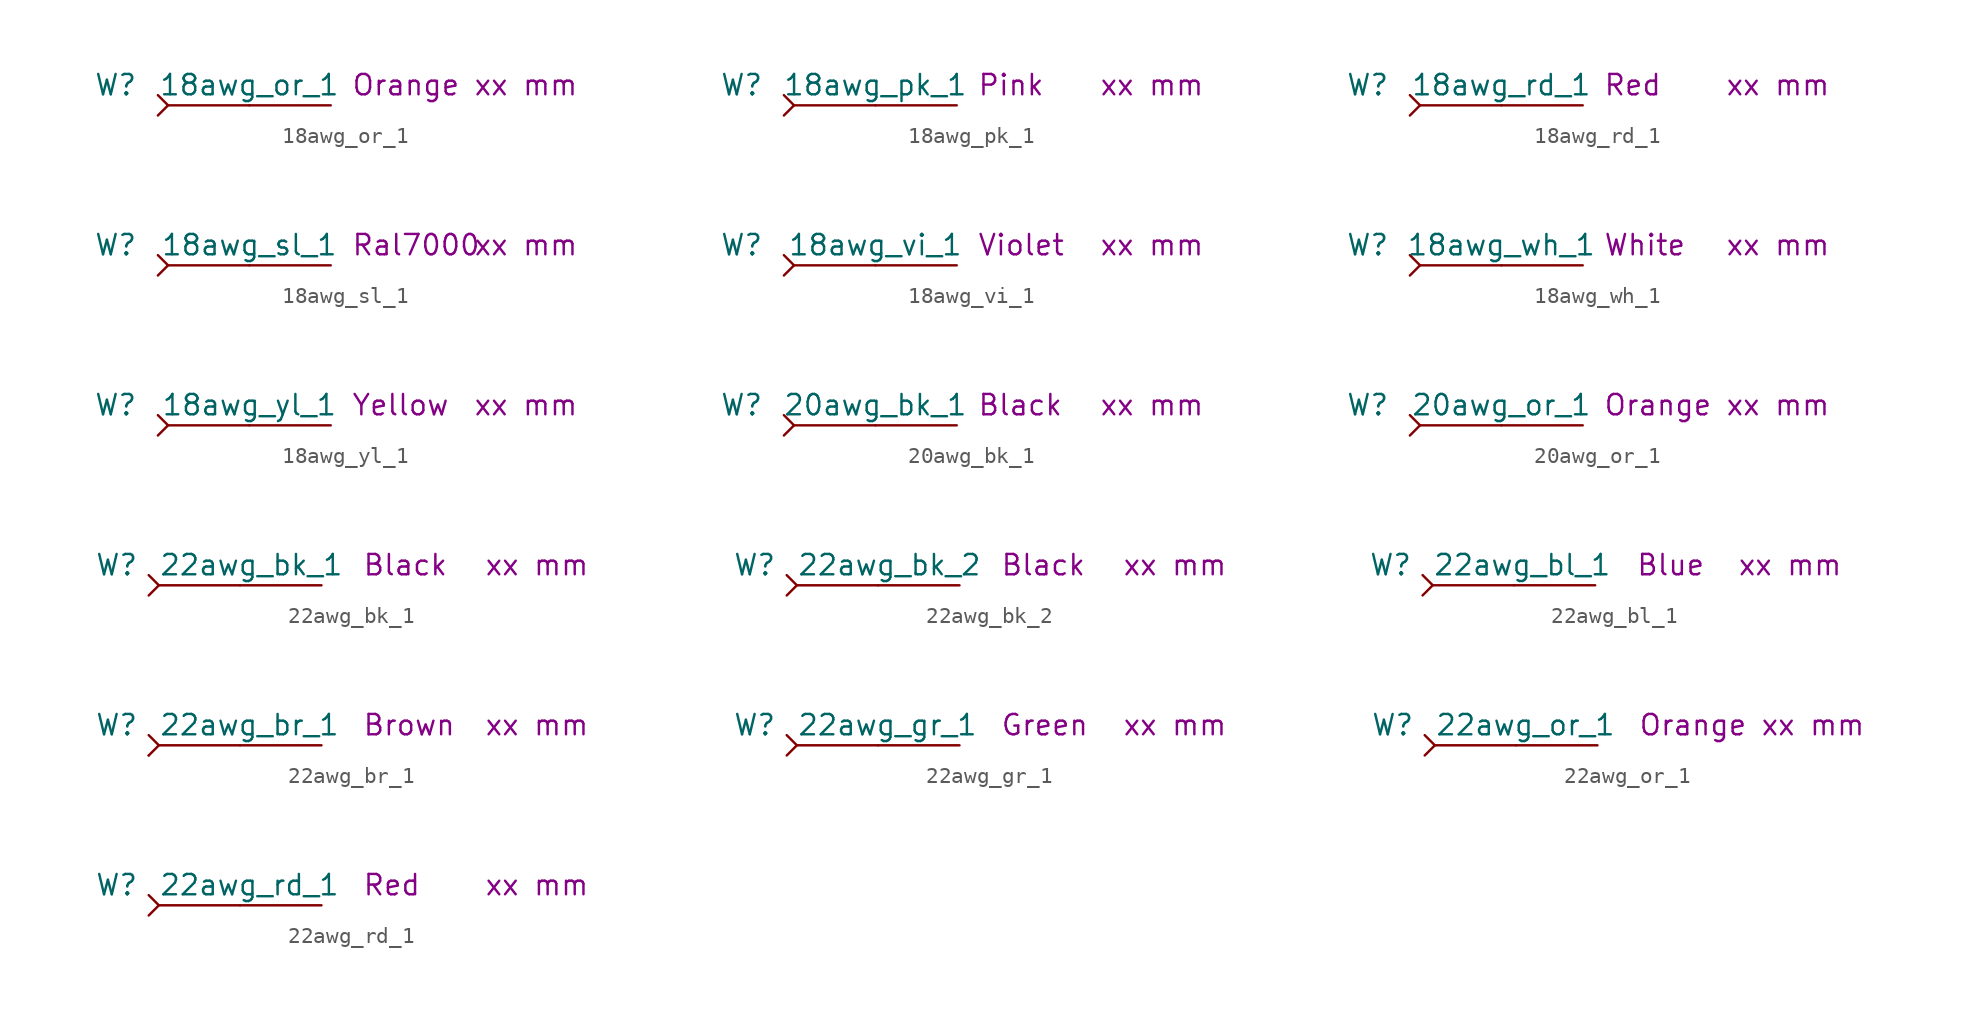
<source format=kicad_sym>
(kicad_symbol_lib
  (version 20211014)
  (generator kicad_symbol_editor)
  (symbol "18awg_or_1"
    (pin_numbers hide)
    (pin_names
      (offset 0) hide)
    (property "Reference" "W"
      (at -6.985 1.27 0)
      (effects (font (size 1.27 1.27)) (justify right)))
    (property "Value" "18awg_or_1"
      (at 0 1.27 0)
      (effects (font (size 1.27 1.27))))
    (property "Color" "Orange"
      (at 6.35 1.27 0)
      (effects (font (size 1.27 1.27)) (justify left)))
    (property "Length" "xx mm"
      (at 13.97 1.27 0)
      (effects (font (size 1.27 1.27)) (justify left)))
    (symbol "18awg_or_1_0_1"
      (polyline (pts (xy -5.715 0.635) (xy -5.08 0) (xy -5.715 -0.635)) (stroke (width 0) (type default) (color 0 0 0 0)) (fill (type none))))
    (symbol "18awg_or_1_1_1"
      (pin bidirectional line (at -5.08 0 0) (length 5.08) (name "X" (effects (font (size 1.27 1.27)))) (number "1" (effects (font (size 1.27 1.27)))))
      (pin bidirectional line (at 5.08 0 180) (length 5.08) (name "Y" (effects (font (size 1.27 1.27)))) (number "2" (effects (font (size 1.27 1.27)))))))
  (symbol "18awg_pk_1"
    (pin_numbers hide)
    (pin_names
      (offset 0) hide)
    (property "Reference" "W"
      (at -6.985 1.27 0)
      (effects (font (size 1.27 1.27)) (justify right)))
    (property "Value" "18awg_pk_1"
      (at 0 1.27 0)
      (effects (font (size 1.27 1.27))))
    (property "Color" "Pink"
      (at 6.35 1.27 0)
      (effects (font (size 1.27 1.27)) (justify left)))
    (property "Length" "xx mm"
      (at 13.97 1.27 0)
      (effects (font (size 1.27 1.27)) (justify left)))
    (symbol "18awg_pk_1_0_1"
      (polyline (pts (xy -5.715 0.635) (xy -5.08 0) (xy -5.715 -0.635)) (stroke (width 0) (type default) (color 0 0 0 0)) (fill (type none))))
    (symbol "18awg_pk_1_1_1"
      (pin bidirectional line (at -5.08 0 0) (length 5.08) (name "X" (effects (font (size 1.27 1.27)))) (number "1" (effects (font (size 1.27 1.27)))))
      (pin bidirectional line (at 5.08 0 180) (length 5.08) (name "Y" (effects (font (size 1.27 1.27)))) (number "2" (effects (font (size 1.27 1.27)))))))
  (symbol "18awg_rd_1"
    (pin_numbers hide)
    (pin_names
      (offset 0) hide)
    (property "Reference" "W"
      (at -6.985 1.27 0)
      (effects (font (size 1.27 1.27)) (justify right)))
    (property "Value" "18awg_rd_1"
      (at 0 1.27 0)
      (effects (font (size 1.27 1.27))))
    (property "Color" "Red"
      (at 6.35 1.27 0)
      (effects (font (size 1.27 1.27)) (justify left)))
    (property "Length" "xx mm"
      (at 13.97 1.27 0)
      (effects (font (size 1.27 1.27)) (justify left)))
    (symbol "18awg_rd_1_0_1"
      (polyline (pts (xy -5.715 0.635) (xy -5.08 0) (xy -5.715 -0.635)) (stroke (width 0) (type default) (color 0 0 0 0)) (fill (type none))))
    (symbol "18awg_rd_1_1_1"
      (pin bidirectional line (at -5.08 0 0) (length 5.08) (name "X" (effects (font (size 1.27 1.27)))) (number "1" (effects (font (size 1.27 1.27)))))
      (pin bidirectional line (at 5.08 0 180) (length 5.08) (name "Y" (effects (font (size 1.27 1.27)))) (number "2" (effects (font (size 1.27 1.27)))))))
  (symbol "18awg_sl_1"
    (pin_numbers hide)
    (pin_names
      (offset 0) hide)
    (property "Reference" "W"
      (at -6.985 1.27 0)
      (effects (font (size 1.27 1.27)) (justify right)))
    (property "Value" "18awg_sl_1"
      (at 0 1.27 0)
      (effects (font (size 1.27 1.27))))
    (property "Color" "Ral7000"
      (at 6.35 1.27 0)
      (effects (font (size 1.27 1.27)) (justify left)))
    (property "Length" "xx mm"
      (at 13.97 1.27 0)
      (effects (font (size 1.27 1.27)) (justify left)))
    (symbol "18awg_sl_1_0_1"
      (polyline (pts (xy -5.715 0.635) (xy -5.08 0) (xy -5.715 -0.635)) (stroke (width 0) (type default) (color 0 0 0 0)) (fill (type none))))
    (symbol "18awg_sl_1_1_1"
      (pin bidirectional line (at -5.08 0 0) (length 5.08) (name "X" (effects (font (size 1.27 1.27)))) (number "1" (effects (font (size 1.27 1.27)))))
      (pin bidirectional line (at 5.08 0 180) (length 5.08) (name "Y" (effects (font (size 1.27 1.27)))) (number "2" (effects (font (size 1.27 1.27)))))))
  (symbol "18awg_vi_1"
    (pin_numbers hide)
    (pin_names
      (offset 0) hide)
    (property "Reference" "W"
      (at -6.985 1.27 0)
      (effects (font (size 1.27 1.27)) (justify right)))
    (property "Value" "18awg_vi_1"
      (at 0 1.27 0)
      (effects (font (size 1.27 1.27))))
    (property "Color" "Violet"
      (at 6.35 1.27 0)
      (effects (font (size 1.27 1.27)) (justify left)))
    (property "Length" "xx mm"
      (at 13.97 1.27 0)
      (effects (font (size 1.27 1.27)) (justify left)))
    (symbol "18awg_vi_1_0_1"
      (polyline (pts (xy -5.715 0.635) (xy -5.08 0) (xy -5.715 -0.635)) (stroke (width 0) (type default) (color 0 0 0 0)) (fill (type none))))
    (symbol "18awg_vi_1_1_1"
      (pin bidirectional line (at -5.08 0 0) (length 5.08) (name "X" (effects (font (size 1.27 1.27)))) (number "1" (effects (font (size 1.27 1.27)))))
      (pin bidirectional line (at 5.08 0 180) (length 5.08) (name "Y" (effects (font (size 1.27 1.27)))) (number "2" (effects (font (size 1.27 1.27)))))))
  (symbol "18awg_wh_1"
    (pin_numbers hide)
    (pin_names
      (offset 0) hide)
    (property "Reference" "W"
      (at -6.985 1.27 0)
      (effects (font (size 1.27 1.27)) (justify right)))
    (property "Value" "18awg_wh_1"
      (at 0 1.27 0)
      (effects (font (size 1.27 1.27))))
    (property "Color" "White"
      (at 6.35 1.27 0)
      (effects (font (size 1.27 1.27)) (justify left)))
    (property "Length" "xx mm"
      (at 13.97 1.27 0)
      (effects (font (size 1.27 1.27)) (justify left)))
    (symbol "18awg_wh_1_0_1"
      (polyline (pts (xy -5.715 0.635) (xy -5.08 0) (xy -5.715 -0.635)) (stroke (width 0) (type default) (color 0 0 0 0)) (fill (type none))))
    (symbol "18awg_wh_1_1_1"
      (pin bidirectional line (at -5.08 0 0) (length 5.08) (name "X" (effects (font (size 1.27 1.27)))) (number "1" (effects (font (size 1.27 1.27)))))
      (pin bidirectional line (at 5.08 0 180) (length 5.08) (name "Y" (effects (font (size 1.27 1.27)))) (number "2" (effects (font (size 1.27 1.27)))))))
  (symbol "18awg_yl_1"
    (pin_numbers hide)
    (pin_names
      (offset 0) hide)
    (property "Reference" "W"
      (at -6.985 1.27 0)
      (effects (font (size 1.27 1.27)) (justify right)))
    (property "Value" "18awg_yl_1"
      (at 0 1.27 0)
      (effects (font (size 1.27 1.27))))
    (property "Color" "Yellow"
      (at 6.35 1.27 0)
      (effects (font (size 1.27 1.27)) (justify left)))
    (property "Length" "xx mm"
      (at 13.97 1.27 0)
      (effects (font (size 1.27 1.27)) (justify left)))
    (symbol "18awg_yl_1_0_1"
      (polyline (pts (xy -5.715 0.635) (xy -5.08 0) (xy -5.715 -0.635)) (stroke (width 0) (type default) (color 0 0 0 0)) (fill (type none))))
    (symbol "18awg_yl_1_1_1"
      (pin bidirectional line (at -5.08 0 0) (length 5.08) (name "X" (effects (font (size 1.27 1.27)))) (number "1" (effects (font (size 1.27 1.27)))))
      (pin bidirectional line (at 5.08 0 180) (length 5.08) (name "Y" (effects (font (size 1.27 1.27)))) (number "2" (effects (font (size 1.27 1.27)))))))
  (symbol "20awg_bk_1"
    (pin_numbers hide)
    (pin_names
      (offset 0) hide)
    (property "Reference" "W"
      (at -6.985 1.27 0)
      (effects (font (size 1.27 1.27)) (justify right)))
    (property "Value" "20awg_bk_1"
      (at 0 1.27 0)
      (effects (font (size 1.27 1.27))))
    (property "Color" "Black"
      (at 6.35 1.27 0)
      (effects (font (size 1.27 1.27)) (justify left)))
    (property "Length" "xx mm"
      (at 13.97 1.27 0)
      (effects (font (size 1.27 1.27)) (justify left)))
    (symbol "20awg_bk_1_0_1"
      (polyline (pts (xy -5.715 0.635) (xy -5.08 0) (xy -5.715 -0.635)) (stroke (width 0) (type default) (color 0 0 0 0)) (fill (type none))))
    (symbol "20awg_bk_1_1_1"
      (pin bidirectional line (at -5.08 0 0) (length 5.08) (name "X" (effects (font (size 1.27 1.27)))) (number "1" (effects (font (size 1.27 1.27)))))
      (pin bidirectional line (at 5.08 0 180) (length 5.08) (name "Y" (effects (font (size 1.27 1.27)))) (number "2" (effects (font (size 1.27 1.27)))))))
  (symbol "20awg_or_1"
    (pin_numbers hide)
    (pin_names
      (offset 0) hide)
    (property "Reference" "W"
      (at -6.985 1.27 0)
      (effects (font (size 1.27 1.27)) (justify right)))
    (property "Value" "20awg_or_1"
      (at 0 1.27 0)
      (effects (font (size 1.27 1.27))))
    (property "Color" "Orange"
      (at 6.35 1.27 0)
      (effects (font (size 1.27 1.27)) (justify left)))
    (property "Length" "xx mm"
      (at 13.97 1.27 0)
      (effects (font (size 1.27 1.27)) (justify left)))
    (symbol "20awg_or_1_0_1"
      (polyline (pts (xy -5.715 0.635) (xy -5.08 0) (xy -5.715 -0.635)) (stroke (width 0) (type default) (color 0 0 0 0)) (fill (type none))))
    (symbol "20awg_or_1_1_1"
      (pin bidirectional line (at -5.08 0 0) (length 5.08) (name "X" (effects (font (size 1.27 1.27)))) (number "1" (effects (font (size 1.27 1.27)))))
      (pin bidirectional line (at 5.08 0 180) (length 5.08) (name "Y" (effects (font (size 1.27 1.27)))) (number "2" (effects (font (size 1.27 1.27)))))))
  (symbol "22awg_bk_1"
    (pin_numbers hide)
    (pin_names
      (offset 0) hide)
    (property "Reference" "W"
      (at -6.35 1.27 0)
      (effects (font (size 1.27 1.27)) (justify right)))
    (property "Value" "22awg_bk_1"
      (at -5.08 1.27 0)
      (effects (font (size 1.27 1.27)) (justify left)))
    (property "Color" "Black"
      (at 7.62 1.27 0)
      (effects (font (size 1.27 1.27)) (justify left)))
    (property "Length" "xx mm"
      (at 15.24 1.27 0)
      (effects (font (size 1.27 1.27)) (justify left)))
    (symbol "22awg_bk_1_0_1"
      (polyline (pts (xy -5.715 0.635) (xy -5.08 0) (xy -5.715 -0.635)) (stroke (width 0) (type default) (color 0 0 0 0)) (fill (type none))))
    (symbol "22awg_bk_1_1_1"
      (pin bidirectional line (at -5.08 0 0) (length 5.08) (name "X" (effects (font (size 1.27 1.27)))) (number "1" (effects (font (size 1.27 1.27)))))
      (pin bidirectional line (at 5.08 0 180) (length 5.08) (name "Y" (effects (font (size 1.27 1.27)))) (number "2" (effects (font (size 1.27 1.27)))))))
  (symbol "22awg_bk_2"
    (pin_numbers hide)
    (pin_names
      (offset 0) hide)
    (property "Reference" "W"
      (at -6.35 1.27 0)
      (effects (font (size 1.27 1.27)) (justify right)))
    (property "Value" "22awg_bk_2"
      (at -5.08 1.27 0)
      (effects (font (size 1.27 1.27)) (justify left)))
    (property "Color" "Black"
      (at 7.62 1.27 0)
      (effects (font (size 1.27 1.27)) (justify left)))
    (property "Length" "xx mm"
      (at 15.24 1.27 0)
      (effects (font (size 1.27 1.27)) (justify left)))
    (symbol "22awg_bk_2_0_1"
      (polyline (pts (xy -5.715 0.635) (xy -5.08 0) (xy -5.715 -0.635)) (stroke (width 0) (type default) (color 0 0 0 0)) (fill (type none))))
    (symbol "22awg_bk_2_1_1"
      (pin bidirectional line (at -5.08 0 0) (length 5.08) (name "X" (effects (font (size 1.27 1.27)))) (number "1" (effects (font (size 1.27 1.27)))))
      (pin bidirectional line (at 5.08 0 180) (length 5.08) (name "Y" (effects (font (size 1.27 1.27)))) (number "2" (effects (font (size 1.27 1.27)))))))
  (symbol "22awg_bl_1"
    (pin_numbers hide)
    (pin_names
      (offset 0) hide)
    (property "Reference" "W"
      (at -6.35 1.27 0)
      (effects (font (size 1.27 1.27)) (justify right)))
    (property "Value" "22awg_bl_1"
      (at -5.08 1.27 0)
      (effects (font (size 1.27 1.27)) (justify left)))
    (property "Color" "Blue"
      (at 7.62 1.27 0)
      (effects (font (size 1.27 1.27)) (justify left)))
    (property "Length" "xx mm"
      (at 13.97 1.27 0)
      (effects (font (size 1.27 1.27)) (justify left)))
    (symbol "22awg_bl_1_0_1"
      (polyline (pts (xy -5.715 0.635) (xy -5.08 0) (xy -5.715 -0.635)) (stroke (width 0) (type default) (color 0 0 0 0)) (fill (type none))))
    (symbol "22awg_bl_1_1_1"
      (pin bidirectional line (at -5.08 0 0) (length 5.08) (name "X" (effects (font (size 1.27 1.27)))) (number "1" (effects (font (size 1.27 1.27)))))
      (pin bidirectional line (at 5.08 0 180) (length 5.08) (name "Y" (effects (font (size 1.27 1.27)))) (number "2" (effects (font (size 1.27 1.27)))))))
  (symbol "22awg_br_1"
    (pin_numbers hide)
    (pin_names
      (offset 0) hide)
    (property "Reference" "W"
      (at -6.35 1.27 0)
      (effects (font (size 1.27 1.27)) (justify right)))
    (property "Value" "22awg_br_1"
      (at -5.08 1.27 0)
      (effects (font (size 1.27 1.27)) (justify left)))
    (property "Color" "Brown"
      (at 7.62 1.27 0)
      (effects (font (size 1.27 1.27)) (justify left)))
    (property "Length" "xx mm"
      (at 15.24 1.27 0)
      (effects (font (size 1.27 1.27)) (justify left)))
    (symbol "22awg_br_1_0_1"
      (polyline (pts (xy -5.715 -0.635) (xy -5.715 -0.635)) (stroke (width 0) (type default) (color 0 0 0 0)) (fill (type none)))
      (polyline (pts (xy -5.715 0.635) (xy -5.08 0) (xy -5.715 -0.635)) (stroke (width 0) (type default) (color 0 0 0 0)) (fill (type none))))
    (symbol "22awg_br_1_1_1"
      (pin bidirectional line (at -5.08 0 0) (length 5.08) (name "X" (effects (font (size 1.27 1.27)))) (number "1" (effects (font (size 1.27 1.27)))))
      (pin bidirectional line (at 5.08 0 180) (length 5.08) (name "Y" (effects (font (size 1.27 1.27)))) (number "2" (effects (font (size 1.27 1.27)))))))
  (symbol "22awg_gr_1"
    (pin_numbers hide)
    (pin_names
      (offset 0) hide)
    (property "Reference" "W"
      (at -6.35 1.27 0)
      (effects (font (size 1.27 1.27)) (justify right)))
    (property "Value" "22awg_gr_1"
      (at -5.08 1.27 0)
      (effects (font (size 1.27 1.27)) (justify left)))
    (property "Color" "Green"
      (at 7.62 1.27 0)
      (effects (font (size 1.27 1.27)) (justify left)))
    (property "Length" "xx mm"
      (at 15.24 1.27 0)
      (effects (font (size 1.27 1.27)) (justify left)))
    (symbol "22awg_gr_1_0_1"
      (polyline (pts (xy -5.715 0.635) (xy -5.08 0) (xy -5.715 -0.635)) (stroke (width 0) (type default) (color 0 0 0 0)) (fill (type none))))
    (symbol "22awg_gr_1_1_1"
      (pin bidirectional line (at -5.08 0 0) (length 5.08) (name "X" (effects (font (size 1.27 1.27)))) (number "1" (effects (font (size 1.27 1.27)))))
      (pin bidirectional line (at 5.08 0 180) (length 5.08) (name "Y" (effects (font (size 1.27 1.27)))) (number "2" (effects (font (size 1.27 1.27)))))))
  (symbol "22awg_or_1"
    (pin_numbers hide)
    (pin_names
      (offset 0) hide)
    (property "Reference" "W"
      (at -6.35 1.27 0)
      (effects (font (size 1.27 1.27)) (justify right)))
    (property "Value" "22awg_or_1"
      (at -5.08 1.27 0)
      (effects (font (size 1.27 1.27)) (justify left)))
    (property "Color" "Orange"
      (at 7.62 1.27 0)
      (effects (font (size 1.27 1.27)) (justify left)))
    (property "Length" "xx mm"
      (at 15.24 1.27 0)
      (effects (font (size 1.27 1.27)) (justify left)))
    (symbol "22awg_or_1_0_1"
      (polyline (pts (xy -5.715 0.635) (xy -5.08 0) (xy -5.715 -0.635)) (stroke (width 0) (type default) (color 0 0 0 0)) (fill (type none))))
    (symbol "22awg_or_1_1_1"
      (pin bidirectional line (at -5.08 0 0) (length 5.08) (name "X" (effects (font (size 1.27 1.27)))) (number "1" (effects (font (size 1.27 1.27)))))
      (pin bidirectional line (at 5.08 0 180) (length 5.08) (name "Y" (effects (font (size 1.27 1.27)))) (number "2" (effects (font (size 1.27 1.27)))))))
  (symbol "22awg_rd_1"
    (pin_numbers hide)
    (pin_names
      (offset 0) hide)
    (property "Reference" "W"
      (at -6.35 1.27 0)
      (effects (font (size 1.27 1.27)) (justify right)))
    (property "Value" "22awg_rd_1"
      (at -5.08 1.27 0)
      (effects (font (size 1.27 1.27)) (justify left)))
    (property "Color" "Red"
      (at 7.62 1.27 0)
      (effects (font (size 1.27 1.27)) (justify left)))
    (property "Length" "xx mm"
      (at 15.24 1.27 0)
      (effects (font (size 1.27 1.27)) (justify left)))
    (symbol "22awg_rd_1_0_1"
      (polyline (pts (xy -5.715 0.635) (xy -5.08 0) (xy -5.715 -0.635)) (stroke (width 0) (type default) (color 0 0 0 0)) (fill (type none))))
    (symbol "22awg_rd_1_1_1"
      (pin bidirectional line (at -5.08 0 0) (length 5.08) (name "X" (effects (font (size 1.27 1.27)))) (number "1" (effects (font (size 1.27 1.27)))))
      (pin bidirectional line (at 5.08 0 180) (length 5.08) (name "Y" (effects (font (size 1.27 1.27)))) (number "2" (effects (font (size 1.27 1.27))))))))
</source>
